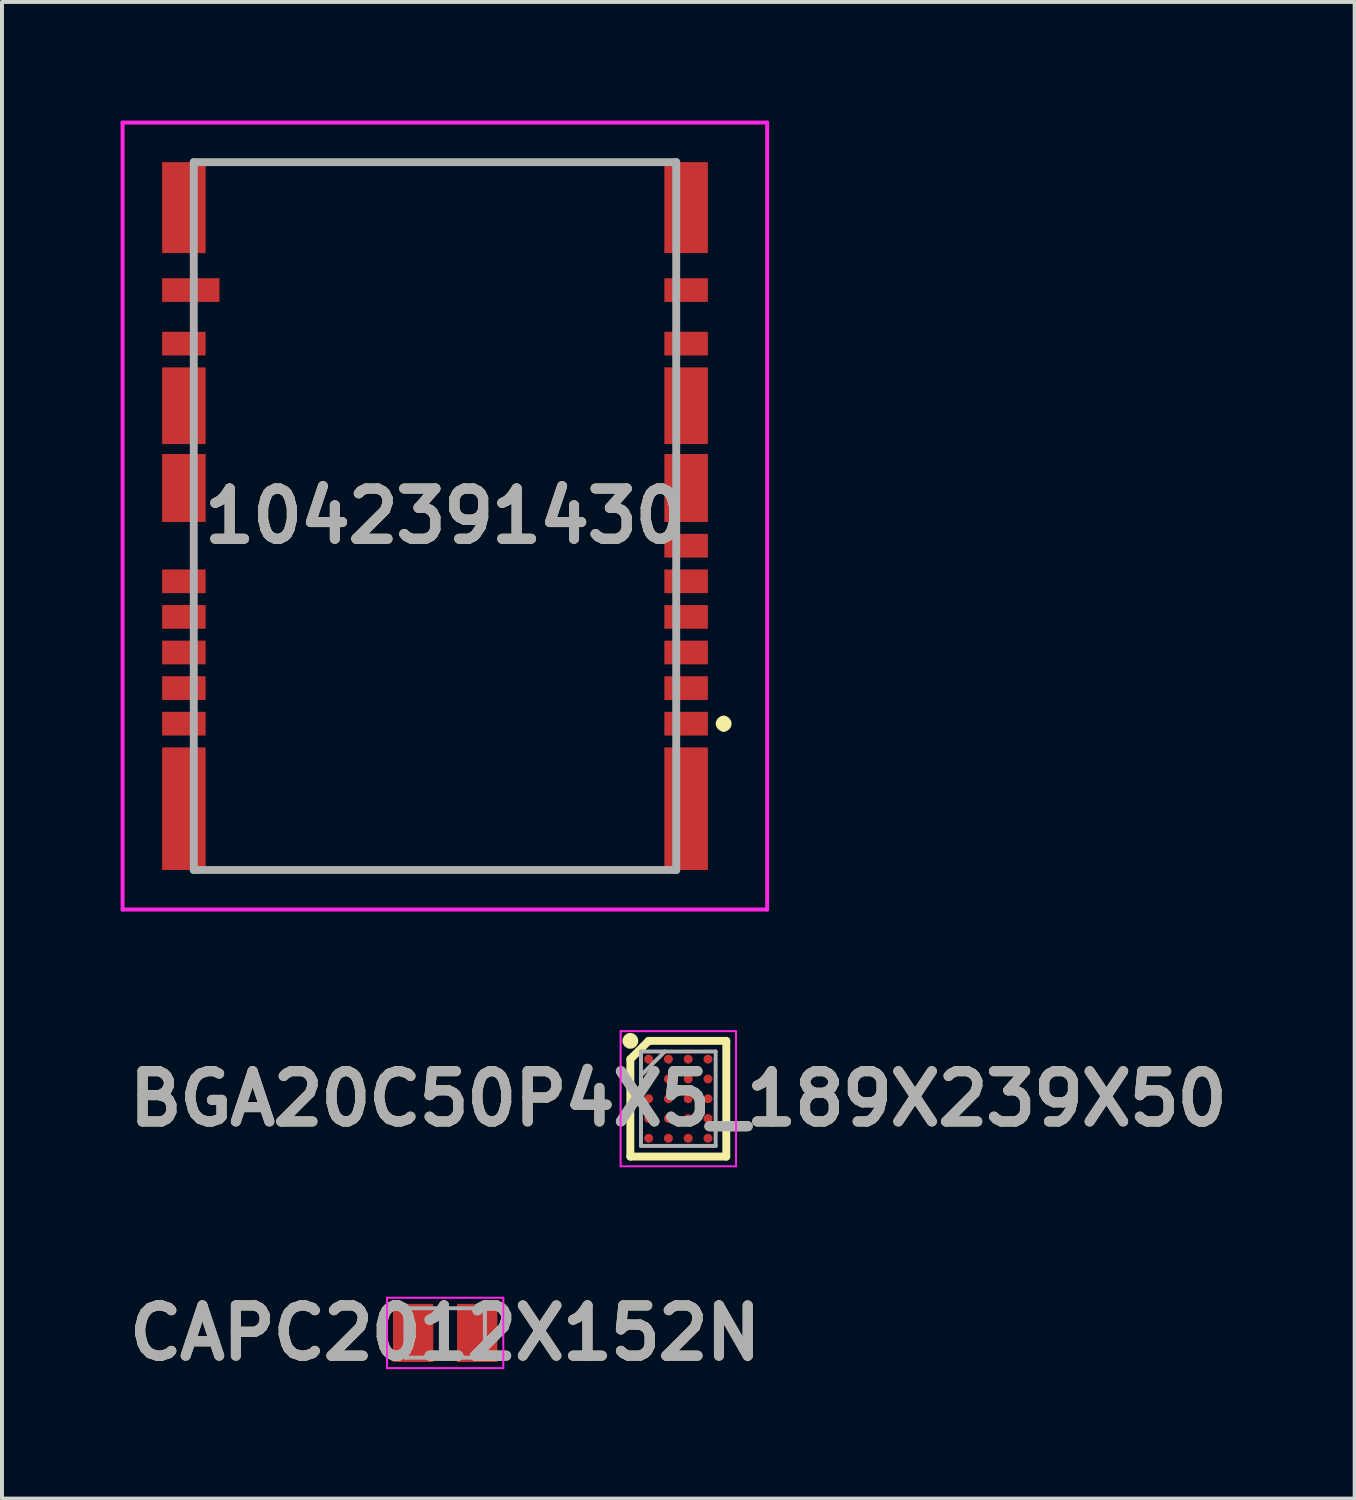
<source format=kicad_pcb>
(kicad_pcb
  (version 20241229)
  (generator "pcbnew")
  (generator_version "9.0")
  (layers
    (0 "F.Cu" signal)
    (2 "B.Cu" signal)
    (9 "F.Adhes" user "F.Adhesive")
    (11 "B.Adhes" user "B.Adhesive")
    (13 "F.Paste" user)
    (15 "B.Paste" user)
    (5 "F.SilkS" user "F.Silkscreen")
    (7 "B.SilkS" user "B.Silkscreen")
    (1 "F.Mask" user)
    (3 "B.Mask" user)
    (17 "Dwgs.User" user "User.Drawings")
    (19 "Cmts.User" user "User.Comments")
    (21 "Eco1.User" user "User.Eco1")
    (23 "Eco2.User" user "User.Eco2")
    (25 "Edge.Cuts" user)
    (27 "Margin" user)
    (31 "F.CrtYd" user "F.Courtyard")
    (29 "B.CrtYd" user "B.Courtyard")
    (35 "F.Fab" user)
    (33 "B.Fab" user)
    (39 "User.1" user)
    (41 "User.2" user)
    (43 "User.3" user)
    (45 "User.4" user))
  (footprint "BGA20C50P4X5_189X239X50"
    (layer "F.Cu")
    (at 14.103 24.734)
    (property "Reference" "BGA20C50P4X5_189X239X50" (at 0 0 0) (layer "F.SilkS") (effects (font (size 1.27 1.27) (thickness 0.254))))
    (attr smd)
    (fp_line (start -1.213 -1) (end -0.75 -1.463) (stroke (width 0.2) (type solid)) (layer "F.SilkS"))
    (fp_line (start -1.213 1.463) (end -1.213 -1) (stroke (width 0.2) (type solid)) (layer "F.SilkS"))
    (fp_line (start -0.75 -1.463) (end 1.213 -1.463) (stroke (width 0.2) (type solid)) (layer "F.SilkS"))
    (fp_line (start 1.213 -1.463) (end 1.213 1.463) (stroke (width 0.2) (type solid)) (layer "F.SilkS"))
    (fp_line (start 1.213 1.463) (end -1.213 1.463) (stroke (width 0.2) (type solid)) (layer "F.SilkS"))
    (fp_circle (center -1.213 -1.463) (end -1.213 -1.363) (stroke (width 0.2) (type solid)) (fill no) (layer "F.SilkS"))
    (fp_line (start -1.459 -1.709) (end 1.459 -1.709) (stroke (width 0.05) (type solid)) (layer "F.CrtYd"))
    (fp_line (start -1.459 1.709) (end -1.459 -1.709) (stroke (width 0.05) (type solid)) (layer "F.CrtYd"))
    (fp_line (start 1.459 -1.709) (end 1.459 1.709) (stroke (width 0.05) (type solid)) (layer "F.CrtYd"))
    (fp_line (start 1.459 1.709) (end -1.459 1.709) (stroke (width 0.05) (type solid)) (layer "F.CrtYd"))
    (fp_line (start -0.944 -1.194) (end 0.944 -1.194) (stroke (width 0.1) (type solid)) (layer "F.Fab"))
    (fp_line (start -0.944 -0.59) (end -0.34 -1.194) (stroke (width 0.1) (type solid)) (layer "F.Fab"))
    (fp_line (start -0.944 1.194) (end -0.944 -1.194) (stroke (width 0.1) (type solid)) (layer "F.Fab"))
    (fp_line (start 0.944 -1.194) (end 0.944 1.194) (stroke (width 0.1) (type solid)) (layer "F.Fab"))
    (fp_line (start 0.944 1.194) (end -0.944 1.194) (stroke (width 0.1) (type solid)) (layer "F.Fab"))
    (fp_text user "${REFERENCE}" (at 0 0 0) (layer "F.Fab") (effects (font (size 1.27 1.27) (thickness 0.254))))
    (pad "A1" smd circle (at -0.75 -1 90) (size 0.226 0.226) (layers "F.Cu" "F.Mask" "F.Paste"))
    (pad "A2" smd circle (at -0.25 -1 90) (size 0.226 0.226) (layers "F.Cu" "F.Mask" "F.Paste"))
    (pad "A3" smd circle (at 0.25 -1 90) (size 0.226 0.226) (layers "F.Cu" "F.Mask" "F.Paste"))
    (pad "A4" smd circle (at 0.75 -1 90) (size 0.226 0.226) (layers "F.Cu" "F.Mask" "F.Paste"))
    (pad "B1" smd circle (at -0.75 -0.5 90) (size 0.226 0.226) (layers "F.Cu" "F.Mask" "F.Paste"))
    (pad "B2" smd circle (at -0.25 -0.5 90) (size 0.226 0.226) (layers "F.Cu" "F.Mask" "F.Paste"))
    (pad "B3" smd circle (at 0.25 -0.5 90) (size 0.226 0.226) (layers "F.Cu" "F.Mask" "F.Paste"))
    (pad "B4" smd circle (at 0.75 -0.5 90) (size 0.226 0.226) (layers "F.Cu" "F.Mask" "F.Paste"))
    (pad "C1" smd circle (at -0.75 0 90) (size 0.226 0.226) (layers "F.Cu" "F.Mask" "F.Paste"))
    (pad "C2" smd circle (at -0.25 0 90) (size 0.226 0.226) (layers "F.Cu" "F.Mask" "F.Paste"))
    (pad "C3" smd circle (at 0.25 0 90) (size 0.226 0.226) (layers "F.Cu" "F.Mask" "F.Paste"))
    (pad "C4" smd circle (at 0.75 0 90) (size 0.226 0.226) (layers "F.Cu" "F.Mask" "F.Paste"))
    (pad "D1" smd circle (at -0.75 0.5 90) (size 0.226 0.226) (layers "F.Cu" "F.Mask" "F.Paste"))
    (pad "D2" smd circle (at -0.25 0.5 90) (size 0.226 0.226) (layers "F.Cu" "F.Mask" "F.Paste"))
    (pad "D3" smd circle (at 0.25 0.5 90) (size 0.226 0.226) (layers "F.Cu" "F.Mask" "F.Paste"))
    (pad "D4" smd circle (at 0.75 0.5 90) (size 0.226 0.226) (layers "F.Cu" "F.Mask" "F.Paste"))
    (pad "E1" smd circle (at -0.75 1 90) (size 0.226 0.226) (layers "F.Cu" "F.Mask" "F.Paste"))
    (pad "E2" smd circle (at -0.25 1 90) (size 0.226 0.226) (layers "F.Cu" "F.Mask" "F.Paste"))
    (pad "E3" smd circle (at 0.25 1 90) (size 0.226 0.226) (layers "F.Cu" "F.Mask" "F.Paste"))
    (pad "E4" smd circle (at 0.75 1 90) (size 0.226 0.226) (layers "F.Cu" "F.Mask" "F.Paste")))
  (footprint "1042391430"
    (layer "F.Cu")
    (at 7.95 18.95)
    (property "Reference" "1042391430" (at 0.25 -8.95 0) (layer "F.SilkS") (effects (font (size 1.27 1.27) (thickness 0.254))))
    (attr smd)
    (fp_line (start -5 -17.9) (end 5 -17.9) (stroke (width 0.1) (type solid)) (layer "F.SilkS"))
    (fp_line (start -5 0) (end 5 0) (stroke (width 0.1) (type solid)) (layer "F.SilkS"))
    (fp_line (start 7.3 -3.8) (end 7.3 -3.8) (stroke (width 0.2) (type solid)) (layer "F.SilkS"))
    (fp_line (start 7.3 -3.6) (end 7.3 -3.6) (stroke (width 0.2) (type solid)) (layer "F.SilkS"))
    (fp_arc (start 7.3 -3.8) (mid 7.4 -3.7) (end 7.3 -3.6) (stroke (width 0.2) (type solid)) (layer "F.SilkS"))
    (fp_arc (start 7.3 -3.6) (mid 7.2 -3.7) (end 7.3 -3.8) (stroke (width 0.2) (type solid)) (layer "F.SilkS"))
    (fp_line (start -7.9 -18.9) (end 8.4 -18.9) (stroke (width 0.1) (type solid)) (layer "F.CrtYd"))
    (fp_line (start -7.9 1) (end -7.9 -18.9) (stroke (width 0.1) (type solid)) (layer "F.CrtYd"))
    (fp_line (start 8.4 -18.9) (end 8.4 1) (stroke (width 0.1) (type solid)) (layer "F.CrtYd"))
    (fp_line (start 8.4 1) (end -7.9 1) (stroke (width 0.1) (type solid)) (layer "F.CrtYd"))
    (fp_line (start -6.1 -17.9) (end 6.1 -17.9) (stroke (width 0.2) (type solid)) (layer "F.Fab"))
    (fp_line (start -6.1 0) (end -6.1 -17.9) (stroke (width 0.2) (type solid)) (layer "F.Fab"))
    (fp_line (start 6.1 -17.9) (end 6.1 0) (stroke (width 0.2) (type solid)) (layer "F.Fab"))
    (fp_line (start 6.1 0) (end -6.1 0) (stroke (width 0.2) (type solid)) (layer "F.Fab"))
    (fp_text user "${REFERENCE}" (at 0.25 -8.95 0) (layer "F.Fab") (effects (font (size 1.27 1.27) (thickness 0.254))))
    (pad "1" smd rect (at 6.35 -3.7 90) (size 0.6 1.1) (layers "F.Cu" "F.Mask" "F.Paste"))
    (pad "2" smd rect (at 6.35 -4.6 90) (size 0.6 1.1) (layers "F.Cu" "F.Mask" "F.Paste"))
    (pad "3" smd rect (at -6.35 -3.7 90) (size 0.6 1.1) (layers "F.Cu" "F.Mask" "F.Paste"))
    (pad "4" smd rect (at 6.35 -5.5 90) (size 0.6 1.1) (layers "F.Cu" "F.Mask" "F.Paste"))
    (pad "5" smd rect (at -6.35 -4.6 90) (size 0.6 1.1) (layers "F.Cu" "F.Mask" "F.Paste"))
    (pad "6" smd rect (at -6.35 -6.4 90) (size 0.6 1.1) (layers "F.Cu" "F.Mask" "F.Paste"))
    (pad "7" smd rect (at 6.35 -14.665 90) (size 0.6 1.1) (layers "F.Cu" "F.Mask" "F.Paste"))
    (pad "8" smd rect (at 6.35 -13.31 90) (size 0.6 1.1) (layers "F.Cu" "F.Mask" "F.Paste"))
    (pad "9" smd rect (at 6.35 -8.2 90) (size 0.6 1.1) (layers "F.Cu" "F.Mask" "F.Paste"))
    (pad "10" smd rect (at 6.35 -7.3 90) (size 0.6 1.1) (layers "F.Cu" "F.Mask" "F.Paste"))
    (pad "11" smd rect (at 6.35 -6.4 90) (size 0.6 1.1) (layers "F.Cu" "F.Mask" "F.Paste"))
    (pad "12" smd rect (at -6.35 -5.5 90) (size 0.6 1.1) (layers "F.Cu" "F.Mask" "F.Paste"))
    (pad "13" smd rect (at -6.35 -7.3 90) (size 0.6 1.1) (layers "F.Cu" "F.Mask" "F.Paste"))
    (pad "14" smd rect (at -6.35 -13.31 90) (size 0.6 1.1) (layers "F.Cu" "F.Mask" "F.Paste"))
    (pad "15" smd rect (at -6.35 -1.55) (size 1.1 3.1) (layers "F.Cu" "F.Mask" "F.Paste"))
    (pad "16" smd rect (at -6.35 -9.66) (size 1.1 1.72) (layers "F.Cu" "F.Mask" "F.Paste"))
    (pad "17" smd rect (at -6.35 -11.74) (size 1.1 1.94) (layers "F.Cu" "F.Mask" "F.Paste"))
    (pad "18" smd rect (at -6.35 -16.75) (size 1.1 2.3) (layers "F.Cu" "F.Mask" "F.Paste"))
    (pad "19" smd rect (at 6.35 -16.75) (size 1.1 2.3) (layers "F.Cu" "F.Mask" "F.Paste"))
    (pad "20" smd rect (at 6.35 -11.74) (size 1.1 1.94) (layers "F.Cu" "F.Mask" "F.Paste"))
    (pad "21" smd rect (at 6.35 -9.66) (size 1.1 1.72) (layers "F.Cu" "F.Mask" "F.Paste"))
    (pad "22" smd rect (at 6.35 -1.55) (size 1.1 3.1) (layers "F.Cu" "F.Mask" "F.Paste"))
    (pad "23" smd rect (at -6.175 -14.665 90) (size 0.6 1.45) (layers "F.Cu" "F.Mask" "F.Paste")))
  (footprint "CAPC2012X152N"
    (layer "F.Cu")
    (at 8.207 30.657)
    (property "Reference" "CAPC2012X152N" (at 0 0 0) (layer "F.SilkS") (effects (font (size 1.27 1.27) (thickness 0.254))))
    (attr smd)
    (fp_line (start -1.47 -0.89) (end 1.47 -0.89) (stroke (width 0.05) (type solid)) (layer "F.CrtYd"))
    (fp_line (start -1.47 0.89) (end -1.47 -0.89) (stroke (width 0.05) (type solid)) (layer "F.CrtYd"))
    (fp_line (start 1.47 -0.89) (end 1.47 0.89) (stroke (width 0.05) (type solid)) (layer "F.CrtYd"))
    (fp_line (start 1.47 0.89) (end -1.47 0.89) (stroke (width 0.05) (type solid)) (layer "F.CrtYd"))
    (fp_line (start -1.005 -0.625) (end 1.005 -0.625) (stroke (width 0.1) (type solid)) (layer "F.Fab"))
    (fp_line (start -1.005 0.625) (end -1.005 -0.625) (stroke (width 0.1) (type solid)) (layer "F.Fab"))
    (fp_line (start 1.005 -0.625) (end 1.005 0.625) (stroke (width 0.1) (type solid)) (layer "F.Fab"))
    (fp_line (start 1.005 0.625) (end -1.005 0.625) (stroke (width 0.1) (type solid)) (layer "F.Fab"))
    (fp_text user "${REFERENCE}" (at 0 0 0) (layer "F.Fab") (effects (font (size 1.27 1.27) (thickness 0.254))))
    (pad "1" smd rect (at -0.81 0) (size 1.02 1.47) (layers "F.Cu" "F.Mask" "F.Paste"))
    (pad "2" smd rect (at 0.81 0) (size 1.02 1.47) (layers "F.Cu" "F.Mask" "F.Paste")))
  (gr_rect
    (start -3 -3)
    (end 31.206 34.845)
    (stroke (width 0.1) (type default))
    (fill no)
    (layer "Edge.Cuts")))
</source>
